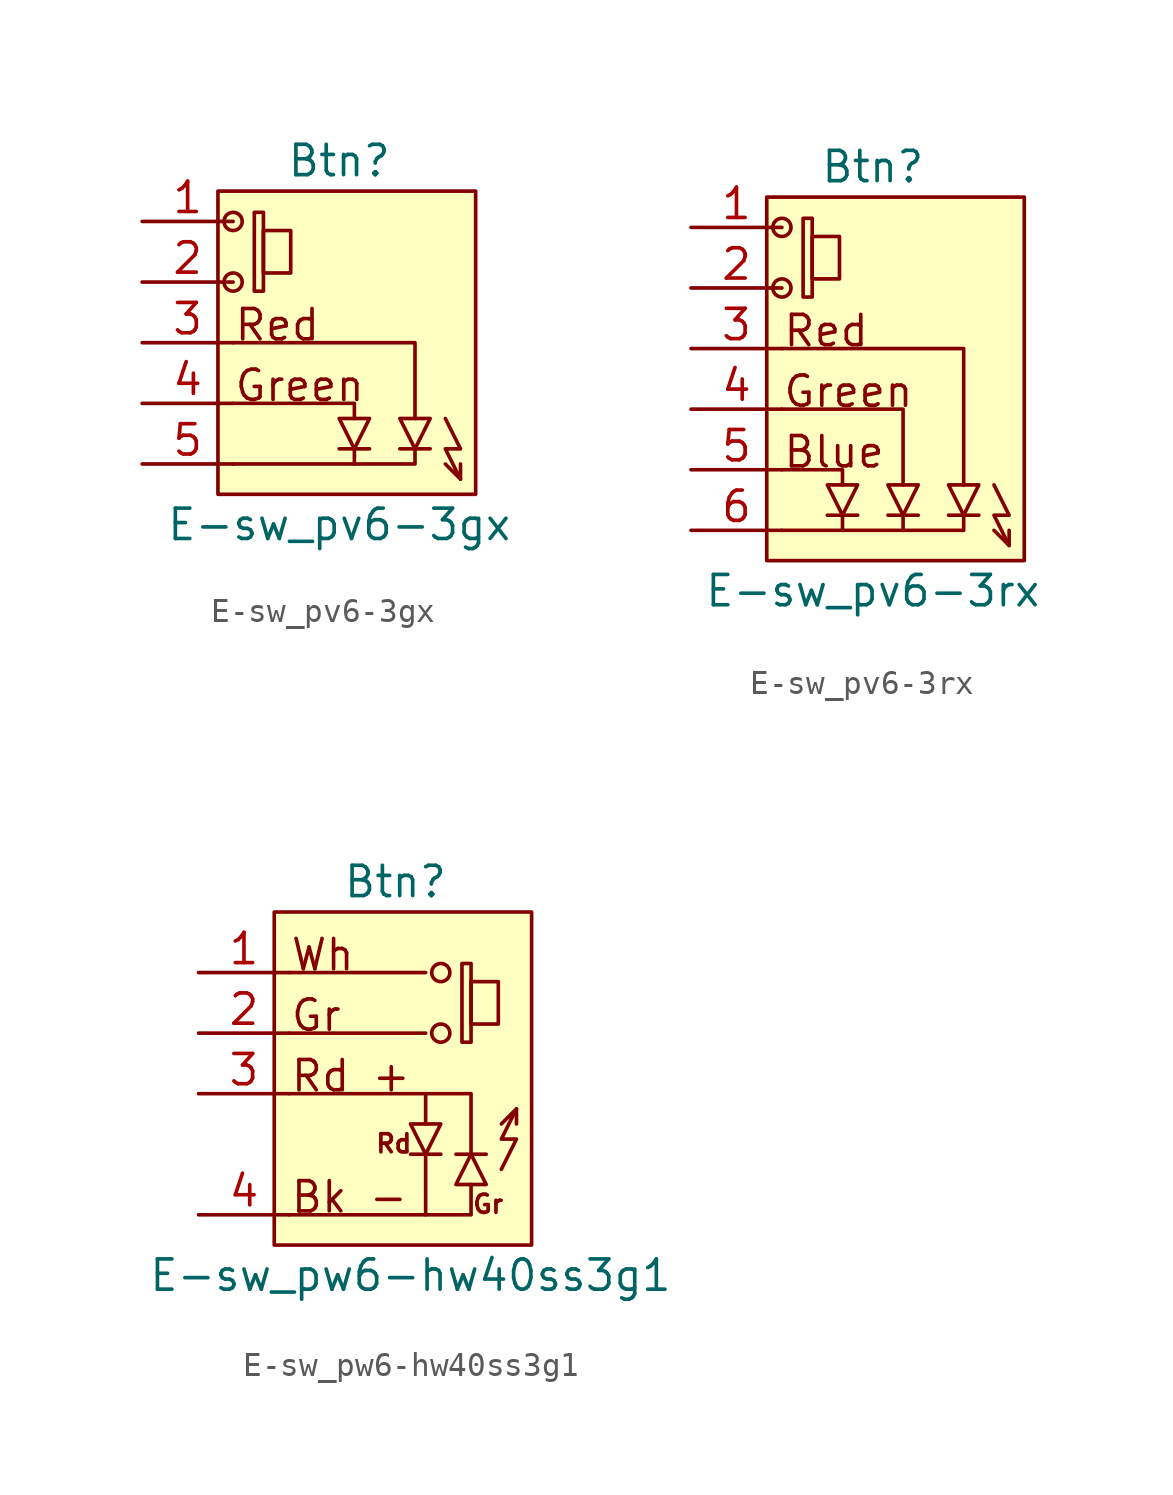
<source format=kicad_sym>
(kicad_symbol_lib
  (version 20220914)
  (generator kicad_symbol_editor)
  (symbol "E-sw_pv6-3gx"
    (pin_names
      (offset 1.016) hide)
    (property "Reference" "Btn"
      (at 0.635 7.62 0)
      (effects (font (size 1.27 1.27))))
    (property "Value" "E-sw_pv6-3gx"
      (at 0.635 -7.62 0)
      (effects (font (size 1.27 1.27))))
    (symbol "E-sw_pv6-3gx_0_0"
      (text "Green" (at -3.81 -2.54 0) (effects (font (size 1.27 1.27)) (justify left bottom)))
      (text "Red" (at -3.81 0 0) (effects (font (size 1.27 1.27)) (justify left bottom))))
    (symbol "E-sw_pv6-3gx_0_1"
      (rectangle (start -4.445 6.35) (end 6.35 -6.35) (stroke (width 0) (type default)) (fill (type background)))
      (circle (center -3.81 2.54) (radius 0.381) (stroke (width 0) (type default)) (fill (type none)))
      (circle (center -3.81 5.08) (radius 0.381) (stroke (width 0) (type default)) (fill (type none)))
      (rectangle (start -2.921 2.159) (end -2.54 5.461) (stroke (width 0) (type default)) (fill (type none)))
      (rectangle (start -2.54 2.921) (end -1.397 4.699) (stroke (width 0) (type default)) (fill (type none)))
      (polyline (pts (xy 0.635 -4.445) (xy 1.905 -4.445)) (stroke (width 0) (type default)) (fill (type none)))
      (polyline (pts (xy 3.175 -4.445) (xy 4.445 -4.445)) (stroke (width 0) (type default)) (fill (type none)))
      (polyline (pts (xy 5.715 -5.715) (xy 5.715 -5.08)) (stroke (width 0) (type default)) (fill (type none)))
      (polyline (pts (xy -3.81 -2.54) (xy 1.27 -2.54) (xy 1.27 -3.175)) (stroke (width 0.152) (type default)) (fill (type none)))
      (polyline (pts (xy -3.81 0) (xy 3.81 0) (xy 3.81 -3.175)) (stroke (width 0.152) (type default)) (fill (type none)))
      (polyline (pts (xy 1.27 -4.445) (xy 1.27 -5.08) (xy -3.81 -5.08)) (stroke (width 0) (type default)) (fill (type none)))
      (polyline (pts (xy 3.81 -4.445) (xy 3.81 -5.08) (xy 1.27 -5.08)) (stroke (width 0) (type default)) (fill (type none)))
      (polyline (pts (xy 0.635 -3.175) (xy 1.905 -3.175) (xy 1.27 -4.445) (xy 0.635 -3.175)) (stroke (width 0) (type default)) (fill (type none)))
      (polyline (pts (xy 3.175 -3.175) (xy 4.445 -3.175) (xy 3.81 -4.445) (xy 3.175 -3.175)) (stroke (width 0) (type default)) (fill (type none)))
      (polyline (pts (xy 5.08 -3.175) (xy 5.715 -4.445) (xy 5.08 -4.445) (xy 5.715 -5.715) (xy 5.08 -5.08)) (stroke (width 0) (type default)) (fill (type none))))
    (symbol "E-sw_pv6-3gx_1_1"
      (pin passive line (at -7.62 5.08 0) (length 3.81) (name "pin_1" (effects (font (size 1.27 1.27)))) (number "1" (effects (font (size 1.27 1.27)))))
      (pin passive line (at -7.62 2.54 0) (length 3.81) (name "pin_2" (effects (font (size 1.27 1.27)))) (number "2" (effects (font (size 1.27 1.27)))))
      (pin passive line (at -7.62 0 0) (length 3.81) (name "red" (effects (font (size 1.27 1.27)))) (number "3" (effects (font (size 1.27 1.27)))))
      (pin passive line (at -7.62 -2.54 0) (length 3.81) (name "Green" (effects (font (size 1.27 1.27)))) (number "4" (effects (font (size 1.27 1.27)))))
      (pin passive line (at -7.62 -5.08 0) (length 3.81) (name "Cathode" (effects (font (size 1.27 1.27)))) (number "5" (effects (font (size 1.27 1.27)))))))
  (symbol "E-sw_pv6-3rx"
    (pin_names
      (offset 1.016) hide)
    (property "Reference" "Btn"
      (at 1.27 8.89 0)
      (effects (font (size 1.27 1.27))))
    (property "Value" "E-sw_pv6-3rx"
      (at 1.27 -8.89 0)
      (effects (font (size 1.27 1.27))))
    (symbol "E-sw_pv6-3rx_0_0"
      (text "Blue" (at -2.54 -3.81 0) (effects (font (size 1.27 1.27)) (justify left bottom)))
      (text "Green" (at -2.54 -1.27 0) (effects (font (size 1.27 1.27)) (justify left bottom)))
      (text "Red" (at -2.54 1.27 0) (effects (font (size 1.27 1.27)) (justify left bottom))))
    (symbol "E-sw_pv6-3rx_0_1"
      (rectangle (start -3.175 7.62) (end 7.62 -7.62) (stroke (width 0) (type default)) (fill (type background)))
      (circle (center -2.54 3.81) (radius 0.381) (stroke (width 0) (type default)) (fill (type none)))
      (circle (center -2.54 6.35) (radius 0.381) (stroke (width 0) (type default)) (fill (type none)))
      (rectangle (start -1.651 3.429) (end -1.27 6.731) (stroke (width 0) (type default)) (fill (type none)))
      (rectangle (start -1.27 4.191) (end -0.127 5.969) (stroke (width 0) (type default)) (fill (type none)))
      (polyline (pts (xy -0.635 -5.715) (xy 0.635 -5.715)) (stroke (width 0) (type default)) (fill (type none)))
      (polyline (pts (xy 1.905 -5.715) (xy 3.175 -5.715)) (stroke (width 0) (type default)) (fill (type none)))
      (polyline (pts (xy 4.445 -5.715) (xy 5.715 -5.715)) (stroke (width 0) (type default)) (fill (type none)))
      (polyline (pts (xy 6.985 -6.985) (xy 6.985 -6.35)) (stroke (width 0) (type default)) (fill (type none)))
      (polyline (pts (xy -2.54 -3.81) (xy 0 -3.81) (xy 0 -4.445)) (stroke (width 0) (type default)) (fill (type none)))
      (polyline (pts (xy -2.54 -1.27) (xy 2.54 -1.27) (xy 2.54 -4.445)) (stroke (width 0.152) (type default)) (fill (type none)))
      (polyline (pts (xy -2.54 1.27) (xy 5.08 1.27) (xy 5.08 -4.445)) (stroke (width 0.152) (type default)) (fill (type none)))
      (polyline (pts (xy 0 -5.715) (xy 0 -6.35) (xy -2.54 -6.35)) (stroke (width 0) (type default)) (fill (type none)))
      (polyline (pts (xy 2.54 -5.715) (xy 2.54 -6.35) (xy 0 -6.35)) (stroke (width 0) (type default)) (fill (type none)))
      (polyline (pts (xy 5.08 -5.715) (xy 5.08 -6.35) (xy 2.54 -6.35)) (stroke (width 0) (type default)) (fill (type none)))
      (polyline (pts (xy -0.635 -4.445) (xy 0.635 -4.445) (xy 0 -5.715) (xy -0.635 -4.445)) (stroke (width 0) (type default)) (fill (type none)))
      (polyline (pts (xy 1.905 -4.445) (xy 3.175 -4.445) (xy 2.54 -5.715) (xy 1.905 -4.445)) (stroke (width 0) (type default)) (fill (type none)))
      (polyline (pts (xy 4.445 -4.445) (xy 5.715 -4.445) (xy 5.08 -5.715) (xy 4.445 -4.445)) (stroke (width 0) (type default)) (fill (type none)))
      (polyline (pts (xy 6.35 -4.445) (xy 6.985 -5.715) (xy 6.35 -5.715) (xy 6.985 -6.985) (xy 6.35 -6.35)) (stroke (width 0) (type default)) (fill (type none))))
    (symbol "E-sw_pv6-3rx_1_1"
      (pin passive line (at -6.35 6.35 0) (length 3.81) (name "pin_1" (effects (font (size 1.27 1.27)))) (number "1" (effects (font (size 1.27 1.27)))))
      (pin passive line (at -6.35 3.81 0) (length 3.81) (name "pin_2" (effects (font (size 1.27 1.27)))) (number "2" (effects (font (size 1.27 1.27)))))
      (pin passive line (at -6.35 1.27 0) (length 3.81) (name "red" (effects (font (size 1.27 1.27)))) (number "3" (effects (font (size 1.27 1.27)))))
      (pin passive line (at -6.35 -1.27 0) (length 3.81) (name "Green" (effects (font (size 1.27 1.27)))) (number "4" (effects (font (size 1.27 1.27)))))
      (pin passive line (at -6.35 -3.81 0) (length 3.81) (name "Blue" (effects (font (size 1.27 1.27)))) (number "5" (effects (font (size 1.27 1.27)))))
      (pin passive line (at -6.35 -6.35 0) (length 3.81) (name "Cathode" (effects (font (size 1.27 1.27)))) (number "6" (effects (font (size 1.27 1.27)))))))
  (symbol "E-sw_pw6-hw40ss3g1"
    (pin_names
      (offset 1.016) hide)
    (property "Reference" "Btn"
      (at 0.635 8.89 0)
      (effects (font (size 1.27 1.27))))
    (property "Value" "E-sw_pw6-hw40ss3g1"
      (at 1.27 -7.62 0)
      (effects (font (size 1.27 1.27))))
    (symbol "E-sw_pw6-hw40ss3g1_0_0"
      (polyline (pts (xy -3.81 2.54) (xy 1.905 2.54)) (stroke (width 0.152) (type default)) (fill (type none)))
      (polyline (pts (xy -3.81 5.08) (xy 1.905 5.08)) (stroke (width 0.152) (type default)) (fill (type none)))
      (polyline (pts (xy 1.905 0) (xy 1.905 -1.27)) (stroke (width 0.152) (type default)) (fill (type none)))
      (text "Bk -" (at -3.81 -5.08 0) (effects (font (size 1.27 1.27)) (justify left bottom)))
      (text "Gr" (at -3.81 2.54 0) (effects (font (size 1.27 1.27)) (justify left bottom)))
      (text "Gr" (at 3.81 -5.08 0) (effects (font (size 0.762 0.762)) (justify left bottom)))
      (text "Rd" (at -0.254 -2.54 0) (effects (font (size 0.762 0.762)) (justify left bottom)))
      (text "Rd +" (at -3.81 0 0) (effects (font (size 1.27 1.27)) (justify left bottom)))
      (text "Wh" (at -3.81 5.08 0) (effects (font (size 1.27 1.27)) (justify left bottom))))
    (symbol "E-sw_pw6-hw40ss3g1_0_1"
      (rectangle (start -4.445 7.62) (end 6.35 -6.35) (stroke (width 0) (type default)) (fill (type background)))
      (polyline (pts (xy 1.27 -2.54) (xy 2.54 -2.54)) (stroke (width 0) (type default)) (fill (type none)))
      (polyline (pts (xy 3.175 -2.54) (xy 4.445 -2.54)) (stroke (width 0) (type default)) (fill (type none)))
      (polyline (pts (xy 5.715 -0.635) (xy 5.715 -1.27)) (stroke (width 0) (type default)) (fill (type none)))
      (polyline (pts (xy -3.81 0) (xy 3.81 0) (xy 3.81 -2.54)) (stroke (width 0.152) (type default)) (fill (type none)))
      (polyline (pts (xy 1.905 -2.54) (xy 1.905 -5.08) (xy -3.81 -5.08)) (stroke (width 0) (type default)) (fill (type none)))
      (polyline (pts (xy 3.81 -3.81) (xy 3.81 -5.08) (xy 1.905 -5.08)) (stroke (width 0) (type default)) (fill (type none)))
      (polyline (pts (xy 1.27 -1.27) (xy 2.54 -1.27) (xy 1.905 -2.54) (xy 1.27 -1.27)) (stroke (width 0) (type default)) (fill (type none)))
      (polyline (pts (xy 4.445 -3.81) (xy 3.175 -3.81) (xy 3.81 -2.54) (xy 4.445 -3.81)) (stroke (width 0) (type default)) (fill (type none)))
      (polyline (pts (xy 5.08 -3.175) (xy 5.715 -1.905) (xy 5.08 -1.905) (xy 5.715 -0.635) (xy 5.08 -1.27)) (stroke (width 0) (type default)) (fill (type none)))
      (circle (center 2.54 2.54) (radius 0.381) (stroke (width 0) (type default)) (fill (type none)))
      (circle (center 2.54 5.08) (radius 0.381) (stroke (width 0) (type default)) (fill (type none)))
      (rectangle (start 3.429 2.159) (end 3.81 5.461) (stroke (width 0) (type default)) (fill (type none)))
      (rectangle (start 3.81 2.921) (end 4.953 4.699) (stroke (width 0) (type default)) (fill (type none))))
    (symbol "E-sw_pw6-hw40ss3g1_1_1"
      (pin passive line (at -7.62 5.08 0) (length 3.81) (name "pin_1" (effects (font (size 1.27 1.27)))) (number "1" (effects (font (size 1.27 1.27)))))
      (pin passive line (at -7.62 2.54 0) (length 3.81) (name "pin_2" (effects (font (size 1.27 1.27)))) (number "2" (effects (font (size 1.27 1.27)))))
      (pin passive line (at -7.62 0 0) (length 3.81) (name "red" (effects (font (size 1.27 1.27)))) (number "3" (effects (font (size 1.27 1.27)))))
      (pin passive line (at -7.62 -5.08 0) (length 3.81) (name "Green" (effects (font (size 1.27 1.27)))) (number "4" (effects (font (size 1.27 1.27))))))))
</source>
